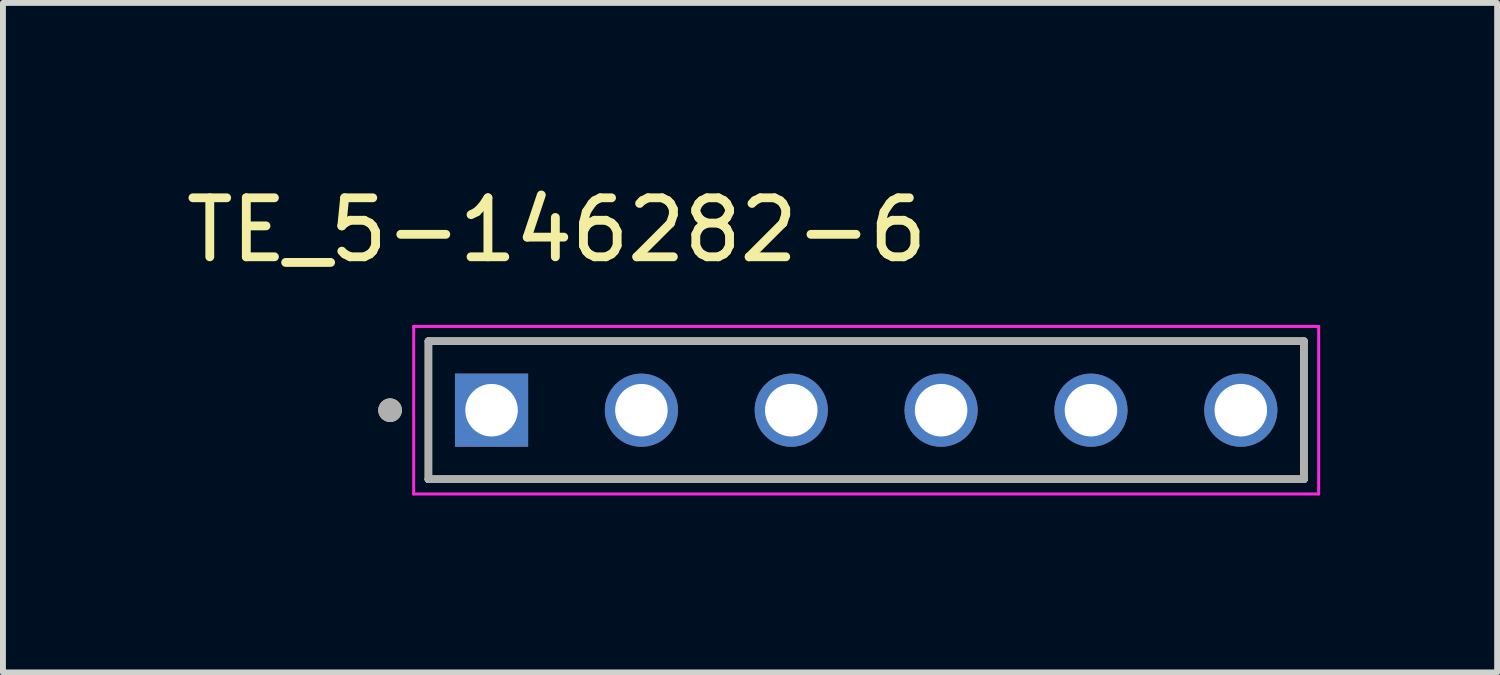
<source format=kicad_pcb>
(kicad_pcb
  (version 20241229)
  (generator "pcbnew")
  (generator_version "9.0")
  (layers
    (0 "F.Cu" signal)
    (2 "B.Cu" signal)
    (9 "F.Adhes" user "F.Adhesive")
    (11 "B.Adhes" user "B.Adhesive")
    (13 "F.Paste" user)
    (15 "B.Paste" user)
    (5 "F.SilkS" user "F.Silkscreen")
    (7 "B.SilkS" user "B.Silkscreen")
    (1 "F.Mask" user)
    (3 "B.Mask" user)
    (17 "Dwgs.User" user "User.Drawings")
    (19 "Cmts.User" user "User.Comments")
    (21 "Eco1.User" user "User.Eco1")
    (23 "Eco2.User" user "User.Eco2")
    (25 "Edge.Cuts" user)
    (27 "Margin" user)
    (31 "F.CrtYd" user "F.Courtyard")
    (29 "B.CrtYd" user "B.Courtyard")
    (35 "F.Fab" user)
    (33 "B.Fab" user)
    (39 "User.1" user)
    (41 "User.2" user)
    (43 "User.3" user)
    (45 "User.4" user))
  (footprint "TE_5-146282-6"
    (layer "F.Cu")
    (at 5.282 3.903)
    (property "Reference" "TE_5-146282-6" (at 1.105 -3.055 0) (layer "F.SilkS") (effects (font (size 1 1) (thickness 0.15))))
    (attr through_hole)
    (fp_line (start -1.07 1.17) (end -1.07 -1.17) (stroke (width 0.127) (type solid)) (layer "F.SilkS"))
    (fp_line (start 13.77 -1.17) (end -1.07 -1.17) (stroke (width 0.127) (type solid)) (layer "F.SilkS"))
    (fp_line (start 13.77 -1.17) (end 13.77 1.17) (stroke (width 0.127) (type solid)) (layer "F.SilkS"))
    (fp_line (start 13.77 1.17) (end -1.07 1.17) (stroke (width 0.127) (type solid)) (layer "F.SilkS"))
    (fp_circle (center -1.72 0) (end -1.62 0) (stroke (width 0.2) (type solid)) (fill no) (layer "F.SilkS"))
    (fp_line (start -1.32 -1.42) (end 14.02 -1.42) (stroke (width 0.05) (type solid)) (layer "F.CrtYd"))
    (fp_line (start -1.32 1.42) (end -1.32 -1.42) (stroke (width 0.05) (type solid)) (layer "F.CrtYd"))
    (fp_line (start 14.02 -1.42) (end 14.02 1.42) (stroke (width 0.05) (type solid)) (layer "F.CrtYd"))
    (fp_line (start 14.02 1.42) (end -1.32 1.42) (stroke (width 0.05) (type solid)) (layer "F.CrtYd"))
    (fp_line (start -1.07 -1.17) (end 13.77 -1.17) (stroke (width 0.127) (type solid)) (layer "F.Fab"))
    (fp_line (start -1.07 1.17) (end -1.07 -1.17) (stroke (width 0.127) (type solid)) (layer "F.Fab"))
    (fp_line (start -1.07 1.17) (end -1.07 1.17) (stroke (width 0.127) (type solid)) (layer "F.Fab"))
    (fp_line (start -1.07 1.17) (end 13.77 1.17) (stroke (width 0.127) (type solid)) (layer "F.Fab"))
    (fp_line (start 13.77 -1.17) (end 13.77 1.17) (stroke (width 0.127) (type solid)) (layer "F.Fab"))
    (fp_line (start 13.77 1.17) (end -1.07 1.17) (stroke (width 0.127) (type solid)) (layer "F.Fab"))
    (fp_line (start 13.77 1.17) (end 13.77 1.17) (stroke (width 0.127) (type solid)) (layer "F.Fab"))
    (fp_circle (center -1.72 0) (end -1.62 0) (stroke (width 0.2) (type solid)) (fill no) (layer "F.Fab"))
    (pad "1" thru_hole rect (at 0 0) (size 1.24 1.24) (drill 0.89) (layers "*.Cu" "*.Mask"))
    (pad "2" thru_hole circle (at 2.54 0) (size 1.24 1.24) (drill 0.89) (layers "*.Cu" "*.Mask"))
    (pad "3" thru_hole circle (at 5.08 0) (size 1.24 1.24) (drill 0.89) (layers "*.Cu" "*.Mask"))
    (pad "4" thru_hole circle (at 7.62 0) (size 1.24 1.24) (drill 0.89) (layers "*.Cu" "*.Mask"))
    (pad "5" thru_hole circle (at 10.16 0) (size 1.24 1.24) (drill 0.89) (layers "*.Cu" "*.Mask"))
    (pad "6" thru_hole circle (at 12.7 0) (size 1.24 1.24) (drill 0.89) (layers "*.Cu" "*.Mask")))
  (gr_rect
    (start -3 -3)
    (end 22.327 8.348)
    (stroke (width 0.1) (type default))
    (fill no)
    (layer "Edge.Cuts")))
</source>
